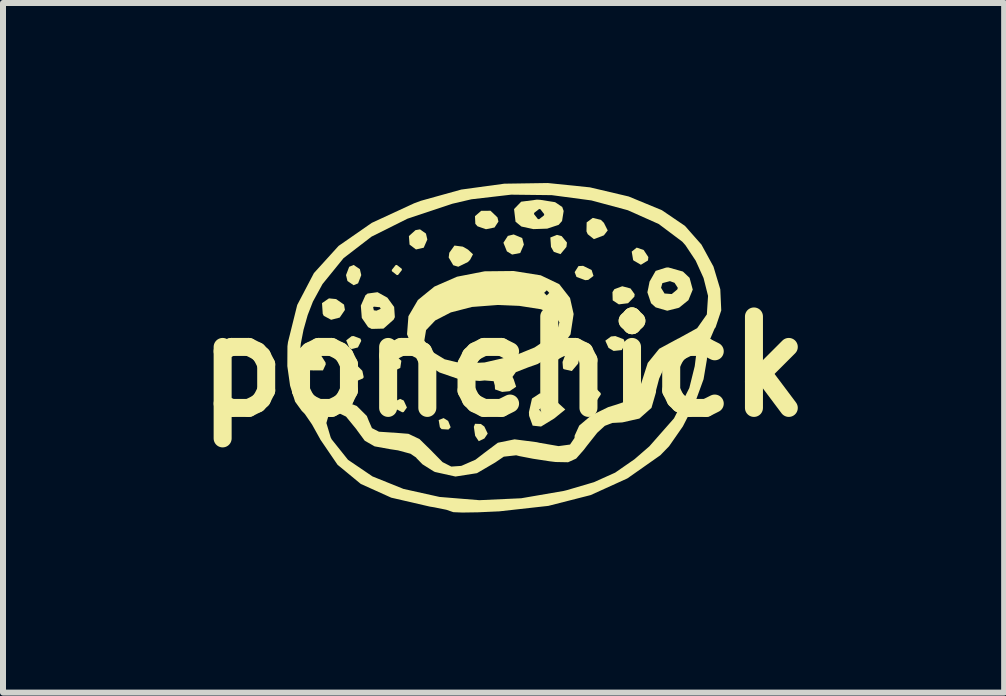
<source format=kicad_pcb>
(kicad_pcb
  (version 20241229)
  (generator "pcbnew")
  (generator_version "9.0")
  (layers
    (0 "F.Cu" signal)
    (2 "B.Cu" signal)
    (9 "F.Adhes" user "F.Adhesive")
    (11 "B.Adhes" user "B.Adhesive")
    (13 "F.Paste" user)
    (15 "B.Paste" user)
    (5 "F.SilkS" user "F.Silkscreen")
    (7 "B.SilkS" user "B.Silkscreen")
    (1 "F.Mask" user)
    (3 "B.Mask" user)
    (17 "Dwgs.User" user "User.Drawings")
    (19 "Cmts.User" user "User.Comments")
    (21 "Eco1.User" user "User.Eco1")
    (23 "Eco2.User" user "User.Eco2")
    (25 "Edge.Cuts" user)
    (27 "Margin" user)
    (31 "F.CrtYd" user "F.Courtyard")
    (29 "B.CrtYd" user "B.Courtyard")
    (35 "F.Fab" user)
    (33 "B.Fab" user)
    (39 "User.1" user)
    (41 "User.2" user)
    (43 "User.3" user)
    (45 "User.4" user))
  (footprint "ponchick"
    (layer "F.Cu")
    (at 5.341 3.058)
    (property "Reference" "ponchick" (at 0 0 0) (layer "F.SilkS") (effects (font (size 1.524 1.524) (thickness 0.3))))
    (attr exclude_from_pos_files exclude_from_bom)
    (fp_poly (pts (xy -0.923 0.906) (xy -0.881 1.012) (xy -0.918 1.05) (xy -1.033 1.043) (xy -1.061 1.012) (xy -1.081 0.892) (xy -0.999 0.859)) (stroke (width 0) (type solid)) (fill yes) (layer "F.SilkS"))
    (fp_poly (pts (xy -0.499 0.483) (xy -0.458 0.589) (xy -0.495 0.627) (xy -0.609 0.619) (xy -0.638 0.588) (xy -0.657 0.468) (xy -0.575 0.436)) (stroke (width 0) (type solid)) (fill yes) (layer "F.SilkS"))
    (fp_poly (pts (xy -2.394 -1.623) (xy -2.371 -1.524) (xy -2.424 -1.386) (xy -2.498 -1.355) (xy -2.601 -1.425) (xy -2.625 -1.524) (xy -2.572 -1.662) (xy -2.498 -1.693)) (stroke (width 0) (type solid)) (fill yes) (layer "F.SilkS"))
    (fp_poly (pts (xy -2.385 -0.465) (xy -2.371 -0.428) (xy -2.427 -0.318) (xy -2.535 -0.291) (xy -2.571 -0.313) (xy -2.622 -0.436) (xy -2.531 -0.506) (xy -2.498 -0.508)) (stroke (width 0) (type solid)) (fill yes) (layer "F.SilkS"))
    (fp_poly (pts (xy -1.696 -1.629) (xy -1.693 -1.609) (xy -1.758 -1.526) (xy -1.778 -1.524) (xy -1.86 -1.588) (xy -1.863 -1.609) (xy -1.798 -1.691) (xy -1.778 -1.693)) (stroke (width 0) (type solid)) (fill yes) (layer "F.SilkS"))
    (fp_poly (pts (xy -1.663 0.567) (xy -1.61 0.683) (xy -1.665 0.759) (xy -1.688 0.762) (xy -1.804 0.701) (xy -1.817 0.683) (xy -1.813 0.583) (xy -1.723 0.539)) (stroke (width 0) (type solid)) (fill yes) (layer "F.SilkS"))
    (fp_poly (pts (xy -1.293 -2.216) (xy -1.27 -2.117) (xy -1.33 -1.98) (xy -1.459 -1.951) (xy -1.566 -2.032) (xy -1.577 -2.174) (xy -1.467 -2.273) (xy -1.392 -2.286)) (stroke (width 0) (type solid)) (fill yes) (layer "F.SilkS"))
    (fp_poly (pts (xy -0.379 0.957) (xy -0.32 1) (xy -0.264 1.117) (xy -0.319 1.199) (xy -0.413 1.244) (xy -0.473 1.154) (xy -0.495 1.005) (xy -0.475 0.954)) (stroke (width 0) (type solid)) (fill yes) (layer "F.SilkS"))
    (fp_poly (pts (xy 0.311 -2.141) (xy 0.339 -2.032) (xy 0.278 -1.892) (xy 0.143 -1.866) (xy 0.056 -1.919) (xy -0.002 -2.063) (xy 0.072 -2.177) (xy 0.169 -2.201)) (stroke (width 0) (type solid)) (fill yes) (layer "F.SilkS"))
    (fp_poly (pts (xy 0.969 -2.173) (xy 1.057 -2.066) (xy 1.048 -1.993) (xy 0.949 -1.873) (xy 0.838 -1.911) (xy 0.791 -1.993) (xy 0.78 -2.15) (xy 0.89 -2.194)) (stroke (width 0) (type solid)) (fill yes) (layer "F.SilkS"))
    (fp_poly (pts (xy 1.468 -1.608) (xy 1.499 -1.51) (xy 1.412 -1.444) (xy 1.362 -1.439) (xy 1.216 -1.493) (xy 1.185 -1.573) (xy 1.249 -1.674) (xy 1.326 -1.678)) (stroke (width 0) (type solid)) (fill yes) (layer "F.SilkS"))
    (fp_poly (pts (xy 1.618 0.442) (xy 1.621 0.466) (xy 1.555 0.565) (xy 1.53 0.576) (xy 1.453 0.536) (xy 1.439 0.466) (xy 1.482 0.36) (xy 1.53 0.355)) (stroke (width 0) (type solid)) (fill yes) (layer "F.SilkS"))
    (fp_poly (pts (xy 2.001 -0.455) (xy 2.032 -0.381) (xy 1.969 -0.274) (xy 1.835 -0.26) (xy 1.75 -0.31) (xy 1.696 -0.431) (xy 1.791 -0.501) (xy 1.863 -0.508)) (stroke (width 0) (type solid)) (fill yes) (layer "F.SilkS"))
    (fp_poly (pts (xy 2.335 -1.942) (xy 2.413 -1.824) (xy 2.407 -1.768) (xy 2.289 -1.696) (xy 2.165 -1.768) (xy 2.159 -1.778) (xy 2.136 -1.915) (xy 2.219 -1.982)) (stroke (width 0) (type solid)) (fill yes) (layer "F.SilkS"))
    (fp_poly (pts (xy -2.79 -1.124) (xy -2.658 -1.032) (xy -2.643 -0.943) (xy -2.73 -0.816) (xy -2.873 -0.779) (xy -2.996 -0.845) (xy -3.013 -0.879) (xy -3.025 -1.057) (xy -2.909 -1.136)) (stroke (width 0) (type solid)) (fill yes) (layer "F.SilkS"))
    (fp_poly (pts (xy -2.447 -0.024) (xy -2.353 0.071) (xy -2.33 0.177) (xy -2.343 0.198) (xy -2.477 0.254) (xy -2.596 0.208) (xy -2.625 0.132) (xy -2.579 -0.008) (xy -2.55 -0.036)) (stroke (width 0) (type solid)) (fill yes) (layer "F.SilkS"))
    (fp_poly (pts (xy -1.812 -0.197) (xy -1.703 -0.095) (xy -1.721 0.024) (xy -1.853 0.084) (xy -1.863 0.085) (xy -2 0.038) (xy -2.032 -0.028) (xy -1.981 -0.186) (xy -1.838 -0.206)) (stroke (width 0) (type solid)) (fill yes) (layer "F.SilkS"))
    (fp_poly (pts (xy 1.227 -0.253) (xy 1.26 -0.125) (xy 1.242 -0.048) (xy 1.138 0.075) (xy 1.006 0.045) (xy 0.991 0.031) (xy 0.983 -0.076) (xy 1.027 -0.19) (xy 1.132 -0.286)) (stroke (width 0) (type solid)) (fill yes) (layer "F.SilkS"))
    (fp_poly (pts (xy 1.623 -2.444) (xy 1.672 -2.395) (xy 1.736 -2.268) (xy 1.672 -2.186) (xy 1.506 -2.123) (xy 1.403 -2.205) (xy 1.382 -2.252) (xy 1.385 -2.402) (xy 1.487 -2.477)) (stroke (width 0) (type solid)) (fill yes) (layer "F.SilkS"))
    (fp_poly (pts (xy 2.116 -1.301) (xy 2.185 -1.205) (xy 2.18 -1.164) (xy 2.075 -1.055) (xy 1.921 -1.036) (xy 1.819 -1.103) (xy 1.815 -1.24) (xy 1.847 -1.289) (xy 1.978 -1.338)) (stroke (width 0) (type solid)) (fill yes) (layer "F.SilkS"))
    (fp_poly (pts (xy -0.679 -1.998) (xy -0.593 -1.949) (xy -0.509 -1.871) (xy -0.558 -1.778) (xy -0.593 -1.742) (xy -0.754 -1.663) (xy -0.838 -1.688) (xy -0.914 -1.817) (xy -0.904 -1.896) (xy -0.818 -2.016)) (stroke (width 0) (type solid)) (fill yes) (layer "F.SilkS"))
    (fp_poly (pts (xy -0.217 -2.596) (xy -0.101 -2.485) (xy -0.085 -2.416) (xy -0.15 -2.317) (xy -0.293 -2.288) (xy -0.434 -2.337) (xy -0.47 -2.378) (xy -0.476 -2.506) (xy -0.372 -2.595) (xy -0.218 -2.596)) (stroke (width 0) (type solid)) (fill yes) (layer "F.SilkS"))
    (fp_poly (pts (xy 0.796 0.51) (xy 0.857 0.559) (xy 1.029 0.716) (xy 0.844 0.866) (xy 0.625 1) (xy 0.485 0.985) (xy 0.426 0.821) (xy 0.423 0.759) (xy 0.432 0.72) (xy 0.593 0.72) (xy 0.635 0.762) (xy 0.677 0.72) (xy 0.635 0.677) (xy 0.593 0.72) (xy 0.432 0.72) (xy 0.474 0.533) (xy 0.607 0.446)) (stroke (width 0) (type solid)) (fill yes) (layer "F.SilkS"))
    (fp_poly (pts (xy -1.936 -1.148) (xy -1.823 -0.993) (xy -1.811 -0.823) (xy -1.831 -0.782) (xy -2 -0.632) (xy -2.198 -0.627) (xy -2.256 -0.656) (xy -2.362 -0.81) (xy -2.376 -0.988) (xy -2.173 -0.988) (xy -2.161 -0.937) (xy -2.117 -0.931) (xy -2.047 -0.962) (xy -2.06 -0.988) (xy -2.161 -0.998) (xy -2.173 -0.988) (xy -2.376 -0.988) (xy -2.378 -1.015) (xy -2.301 -1.188) (xy -2.266 -1.216) (xy -2.1 -1.239)) (stroke (width 0) (type solid)) (fill yes) (layer "F.SilkS"))
    (fp_poly (pts (xy 0.612 -2.778) (xy 0.859 -2.739) (xy 0.978 -2.659) (xy 1.002 -2.592) (xy 0.975 -2.425) (xy 0.918 -2.361) (xy 0.728 -2.298) (xy 0.498 -2.29) (xy 0.298 -2.333) (xy 0.2 -2.413) (xy 0.185 -2.54) (xy 0.508 -2.54) (xy 0.572 -2.458) (xy 0.593 -2.455) (xy 0.675 -2.52) (xy 0.677 -2.54) (xy 0.613 -2.622) (xy 0.593 -2.625) (xy 0.51 -2.56) (xy 0.508 -2.54) (xy 0.185 -2.54) (xy 0.175 -2.624) (xy 0.294 -2.747) (xy 0.555 -2.781)) (stroke (width 0) (type solid)) (fill yes) (layer "F.SilkS"))
    (fp_poly (pts (xy 2.989 -1.583) (xy 3.1 -1.478) (xy 3.153 -1.282) (xy 3.081 -1.106) (xy 2.925 -0.98) (xy 2.728 -0.93) (xy 2.535 -0.986) (xy 2.458 -1.055) (xy 2.397 -1.237) (xy 2.413 -1.312) (xy 2.625 -1.312) (xy 2.683 -1.217) (xy 2.803 -1.208) (xy 2.896 -1.285) (xy 2.904 -1.311) (xy 2.85 -1.395) (xy 2.773 -1.423) (xy 2.647 -1.39) (xy 2.625 -1.312) (xy 2.413 -1.312) (xy 2.433 -1.415) (xy 2.535 -1.594) (xy 2.712 -1.65) (xy 2.748 -1.651)) (stroke (width 0) (type solid)) (fill yes) (layer "F.SilkS"))
    (fp_poly (pts (xy 0.62 -1.52) (xy 0.928 -1.373) (xy 1.108 -1.142) (xy 1.168 -0.875) (xy 1.116 -0.535) (xy 0.912 -0.253) (xy 0.571 -0.043) (xy 0.412 0.013) (xy 0.205 0.094) (xy 0.149 0.173) (xy 0.169 0.212) (xy 0.21 0.337) (xy 0.1 0.411) (xy -0.023 0.423) (xy -0.142 0.381) (xy -0.146 0.314) (xy -0.165 0.244) (xy -0.315 0.232) (xy -0.397 0.24) (xy -0.724 0.217) (xy -1.067 0.099) (xy -1.356 -0.084) (xy -1.48 -0.221) (xy -1.566 -0.433) (xy -1.32 -0.433) (xy -1.212 -0.261) (xy -0.982 -0.121) (xy -0.687 -0.05) (xy -0.315 -0.068) (xy 0.165 -0.179) (xy 0.212 -0.193) (xy 0.517 -0.318) (xy 0.763 -0.483) (xy 0.909 -0.654) (xy 0.931 -0.737) (xy 0.851 -0.862) (xy 0.622 -0.955) (xy 0.262 -1.011) (xy -0.094 -1.026) (xy -0.525 -0.993) (xy -0.878 -0.902) (xy -1.138 -0.768) (xy -1.291 -0.607) (xy -1.32 -0.433) (xy -1.566 -0.433) (xy -1.608 -0.538) (xy -1.585 -0.839) (xy -1.427 -1.109) (xy -1.281 -1.228) (xy 0.677 -1.228) (xy 0.72 -1.185) (xy 0.762 -1.228) (xy 0.72 -1.27) (xy 0.677 -1.228) (xy -1.281 -1.228) (xy -1.151 -1.333) (xy -0.775 -1.497) (xy -0.315 -1.587) (xy 0.168 -1.592)) (stroke (width 0) (type solid)) (fill yes) (layer "F.SilkS"))
    (fp_poly (pts (xy 1.44 -2.986) (xy 2.085 -2.834) (xy 2.639 -2.605) (xy 3.023 -2.344) (xy 3.298 -2.032) (xy 3.498 -1.666) (xy 3.612 -1.287) (xy 3.628 -0.936) (xy 3.534 -0.655) (xy 3.516 -0.63) (xy 3.435 -0.44) (xy 3.391 -0.178) (xy 3.389 -0.119) (xy 3.333 0.212) (xy 3.19 0.605) (xy 2.988 0.998) (xy 2.758 1.329) (xy 2.612 1.479) (xy 2.064 1.864) (xy 1.452 2.142) (xy 0.747 2.322) (xy -0.079 2.414) (xy -0.092 2.414) (xy -0.424 2.429) (xy -0.685 2.433) (xy -0.835 2.427) (xy -0.854 2.421) (xy -0.952 2.387) (xy -1.154 2.346) (xy -1.228 2.334) (xy -1.872 2.185) (xy -2.379 1.956) (xy -2.766 1.637) (xy -3.053 1.216) (xy -3.056 1.209) (xy -3.19 0.968) (xy -3.208 0.941) (xy -2.952 0.941) (xy -2.881 1.18) (xy -2.865 1.212) (xy -2.592 1.554) (xy -2.184 1.831) (xy -1.668 2.039) (xy -1.066 2.173) (xy -0.404 2.227) (xy 0.294 2.195) (xy 1.002 2.073) (xy 1.055 2.06) (xy 1.507 1.927) (xy 1.86 1.768) (xy 2.182 1.545) (xy 2.43 1.33) (xy 2.841 0.863) (xy 3.096 0.357) (xy 3.186 -0.006) (xy 3.214 -0.228) (xy 3.196 -0.32) (xy 3.121 -0.319) (xy 3.096 -0.31) (xy 2.942 -0.262) (xy 2.89 -0.254) (xy 2.798 -0.183) (xy 2.689 -0.011) (xy 2.593 0.202) (xy 2.542 0.395) (xy 2.54 0.43) (xy 2.465 0.689) (xy 2.264 0.867) (xy 1.98 0.931) (xy 1.813 0.94) (xy 1.688 0.988) (xy 1.561 1.104) (xy 1.389 1.321) (xy 1.34 1.386) (xy 1.21 1.534) (xy 1.076 1.595) (xy 0.868 1.591) (xy 0.769 1.579) (xy 0.494 1.537) (xy 0.266 1.493) (xy 0.211 1.479) (xy 0.004 1.502) (xy -0.139 1.599) (xy -0.443 1.777) (xy -0.801 1.833) (xy -1.143 1.757) (xy -1.167 1.745) (xy -1.351 1.629) (xy -1.453 1.524) (xy -1.456 1.517) (xy -1.551 1.453) (xy -1.758 1.397) (xy -1.885 1.378) (xy -2.149 1.33) (xy -2.313 1.236) (xy -2.447 1.054) (xy -2.45 1.048) (xy -2.625 0.834) (xy -2.789 0.754) (xy -2.91 0.794) (xy -2.952 0.941) (xy -3.208 0.941) (xy -3.311 0.791) (xy -3.363 0.738) (xy -3.473 0.586) (xy -3.557 0.319) (xy -3.603 -0.007) (xy -3.602 -0.203) (xy -3.396 -0.203) (xy -3.38 -0.109) (xy -3.326 -0.136) (xy -3.309 -0.161) (xy -3.186 -0.235) (xy -3.047 -0.195) (xy -2.966 -0.067) (xy -2.963 -0.035) (xy -3.009 0.064) (xy -3.169 0.065) (xy -3.175 0.064) (xy -3.333 0.06) (xy -3.384 0.157) (xy -3.387 0.213) (xy -3.319 0.436) (xy -3.148 0.563) (xy -2.958 0.567) (xy -2.694 0.561) (xy -2.446 0.657) (xy -2.278 0.824) (xy -2.25 0.895) (xy -2.193 1.026) (xy -2.076 1.086) (xy -1.846 1.101) (xy -1.834 1.101) (xy -1.585 1.121) (xy -1.401 1.208) (xy -1.206 1.399) (xy -1.2 1.406) (xy -1.016 1.593) (xy -0.871 1.667) (xy -0.711 1.656) (xy -0.698 1.653) (xy -0.467 1.552) (xy -0.32 1.439) (xy -0.095 1.27) (xy 0.184 1.213) (xy 0.556 1.261) (xy 0.594 1.27) (xy 0.917 1.326) (xy 1.108 1.3) (xy 1.183 1.19) (xy 1.185 1.151) (xy 1.261 0.984) (xy 1.461 0.815) (xy 1.743 0.677) (xy 1.888 0.632) (xy 2.123 0.552) (xy 2.242 0.44) (xy 2.29 0.293) (xy 2.403 -0.06) (xy 2.594 -0.296) (xy 2.901 -0.462) (xy 2.915 -0.468) (xy 3.226 -0.639) (xy 3.388 -0.869) (xy 3.408 -1.177) (xy 3.333 -1.475) (xy 3.202 -1.764) (xy 3.03 -2.023) (xy 2.978 -2.081) (xy 2.586 -2.375) (xy 2.07 -2.605) (xy 1.464 -2.768) (xy 0.804 -2.856) (xy 0.126 -2.864) (xy -0.535 -2.787) (xy -0.852 -2.713) (xy -1.6 -2.464) (xy -2.199 -2.165) (xy -2.666 -1.806) (xy -3.017 -1.374) (xy -3.177 -1.081) (xy -3.264 -0.857) (xy -3.333 -0.613) (xy -3.378 -0.383) (xy -3.396 -0.203) (xy -3.602 -0.203) (xy -3.601 -0.338) (xy -3.592 -0.407) (xy -3.438 -1.026) (xy -3.16 -1.557) (xy -2.749 -2.01) (xy -2.196 -2.394) (xy -1.491 -2.72) (xy -1.378 -2.762) (xy -0.705 -2.949) (xy 0.012 -3.047) (xy 0.738 -3.058)) (stroke (width 0) (type solid)) (fill yes) (layer "F.SilkS")))
  (gr_rect
    (start -3 -3)
    (end 13.683 8.491)
    (stroke (width 0.1) (type default))
    (fill no)
    (layer "Edge.Cuts")))
</source>
